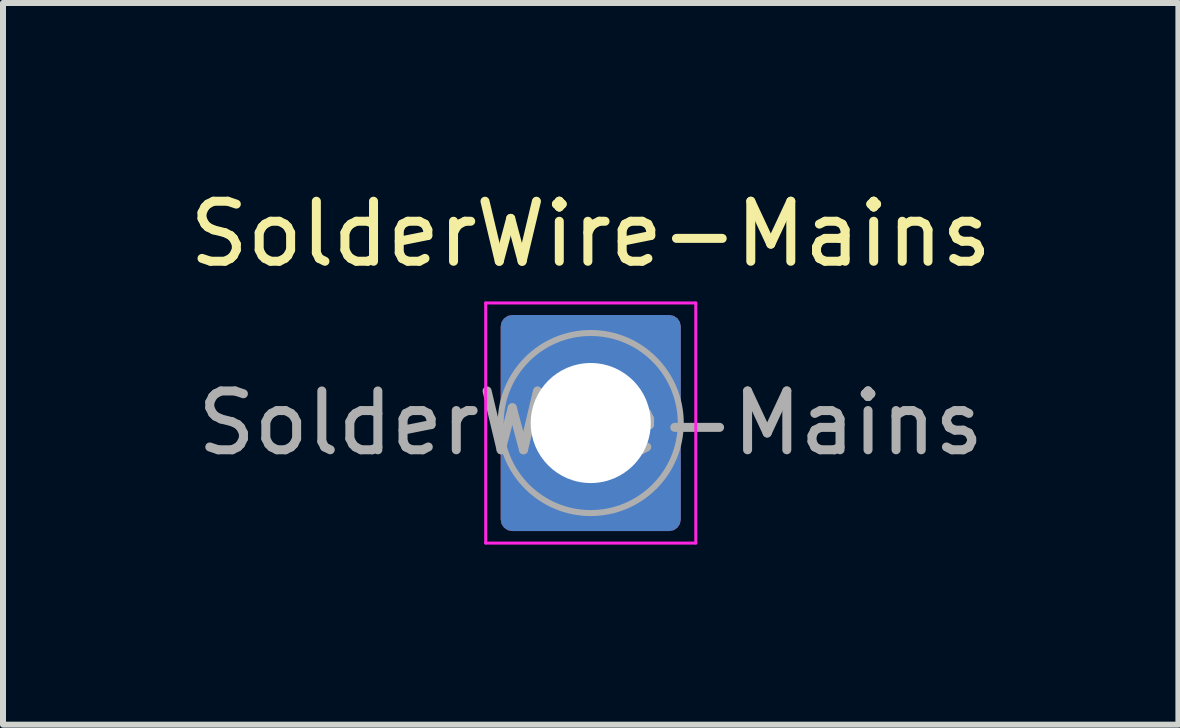
<source format=kicad_pcb>
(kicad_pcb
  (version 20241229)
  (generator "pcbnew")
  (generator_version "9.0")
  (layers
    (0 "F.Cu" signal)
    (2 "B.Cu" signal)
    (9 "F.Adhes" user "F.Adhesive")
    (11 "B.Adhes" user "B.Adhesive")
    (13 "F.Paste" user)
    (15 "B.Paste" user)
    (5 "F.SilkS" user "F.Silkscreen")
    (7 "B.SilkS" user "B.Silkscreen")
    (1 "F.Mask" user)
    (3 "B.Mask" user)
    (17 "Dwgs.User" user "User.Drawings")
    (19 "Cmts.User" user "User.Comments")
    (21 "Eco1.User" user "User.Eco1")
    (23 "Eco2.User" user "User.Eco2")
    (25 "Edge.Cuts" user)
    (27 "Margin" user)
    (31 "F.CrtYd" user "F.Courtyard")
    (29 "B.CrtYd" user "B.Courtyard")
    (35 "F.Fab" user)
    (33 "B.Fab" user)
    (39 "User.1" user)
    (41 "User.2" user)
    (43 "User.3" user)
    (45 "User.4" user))
  (footprint "SolderWire-Mains"
    (layer "F.Cu")
    (at 6.792 3.998)
    (property "Reference" "SolderWire-Mains" (at 0 -3.15 0) (layer "F.SilkS") (effects (font (size 1 1) (thickness 0.15))))
    (attr exclude_from_pos_files exclude_from_bom)
    (fp_line (start -1.75 -2) (end 1.75 -2) (stroke (width 0.05) (type solid)) (layer "F.CrtYd"))
    (fp_line (start -1.75 2) (end -1.75 -2) (stroke (width 0.05) (type solid)) (layer "F.CrtYd"))
    (fp_line (start 1.75 -2) (end 1.75 2) (stroke (width 0.05) (type solid)) (layer "F.CrtYd"))
    (fp_line (start 1.75 2) (end -1.75 2) (stroke (width 0.05) (type solid)) (layer "F.CrtYd"))
    (fp_circle (center 0 0) (end 1.5 0) (stroke (width 0.1) (type solid)) (fill no) (layer "F.Fab"))
    (fp_text user "${REFERENCE}" (at 0 0 0) (layer "F.Fab") (effects (font (size 0.98 0.98) (thickness 0.15))))
    (pad "1" thru_hole roundrect (at 0 0) (size 3 3.6) (drill 2) (layers "*.Cu" "*.Mask") (roundrect_rratio 0.064)))
  (gr_rect
    (start -3 -3)
    (end 16.583 9.023)
    (stroke (width 0.1) (type default))
    (fill no)
    (layer "Edge.Cuts")))
</source>
